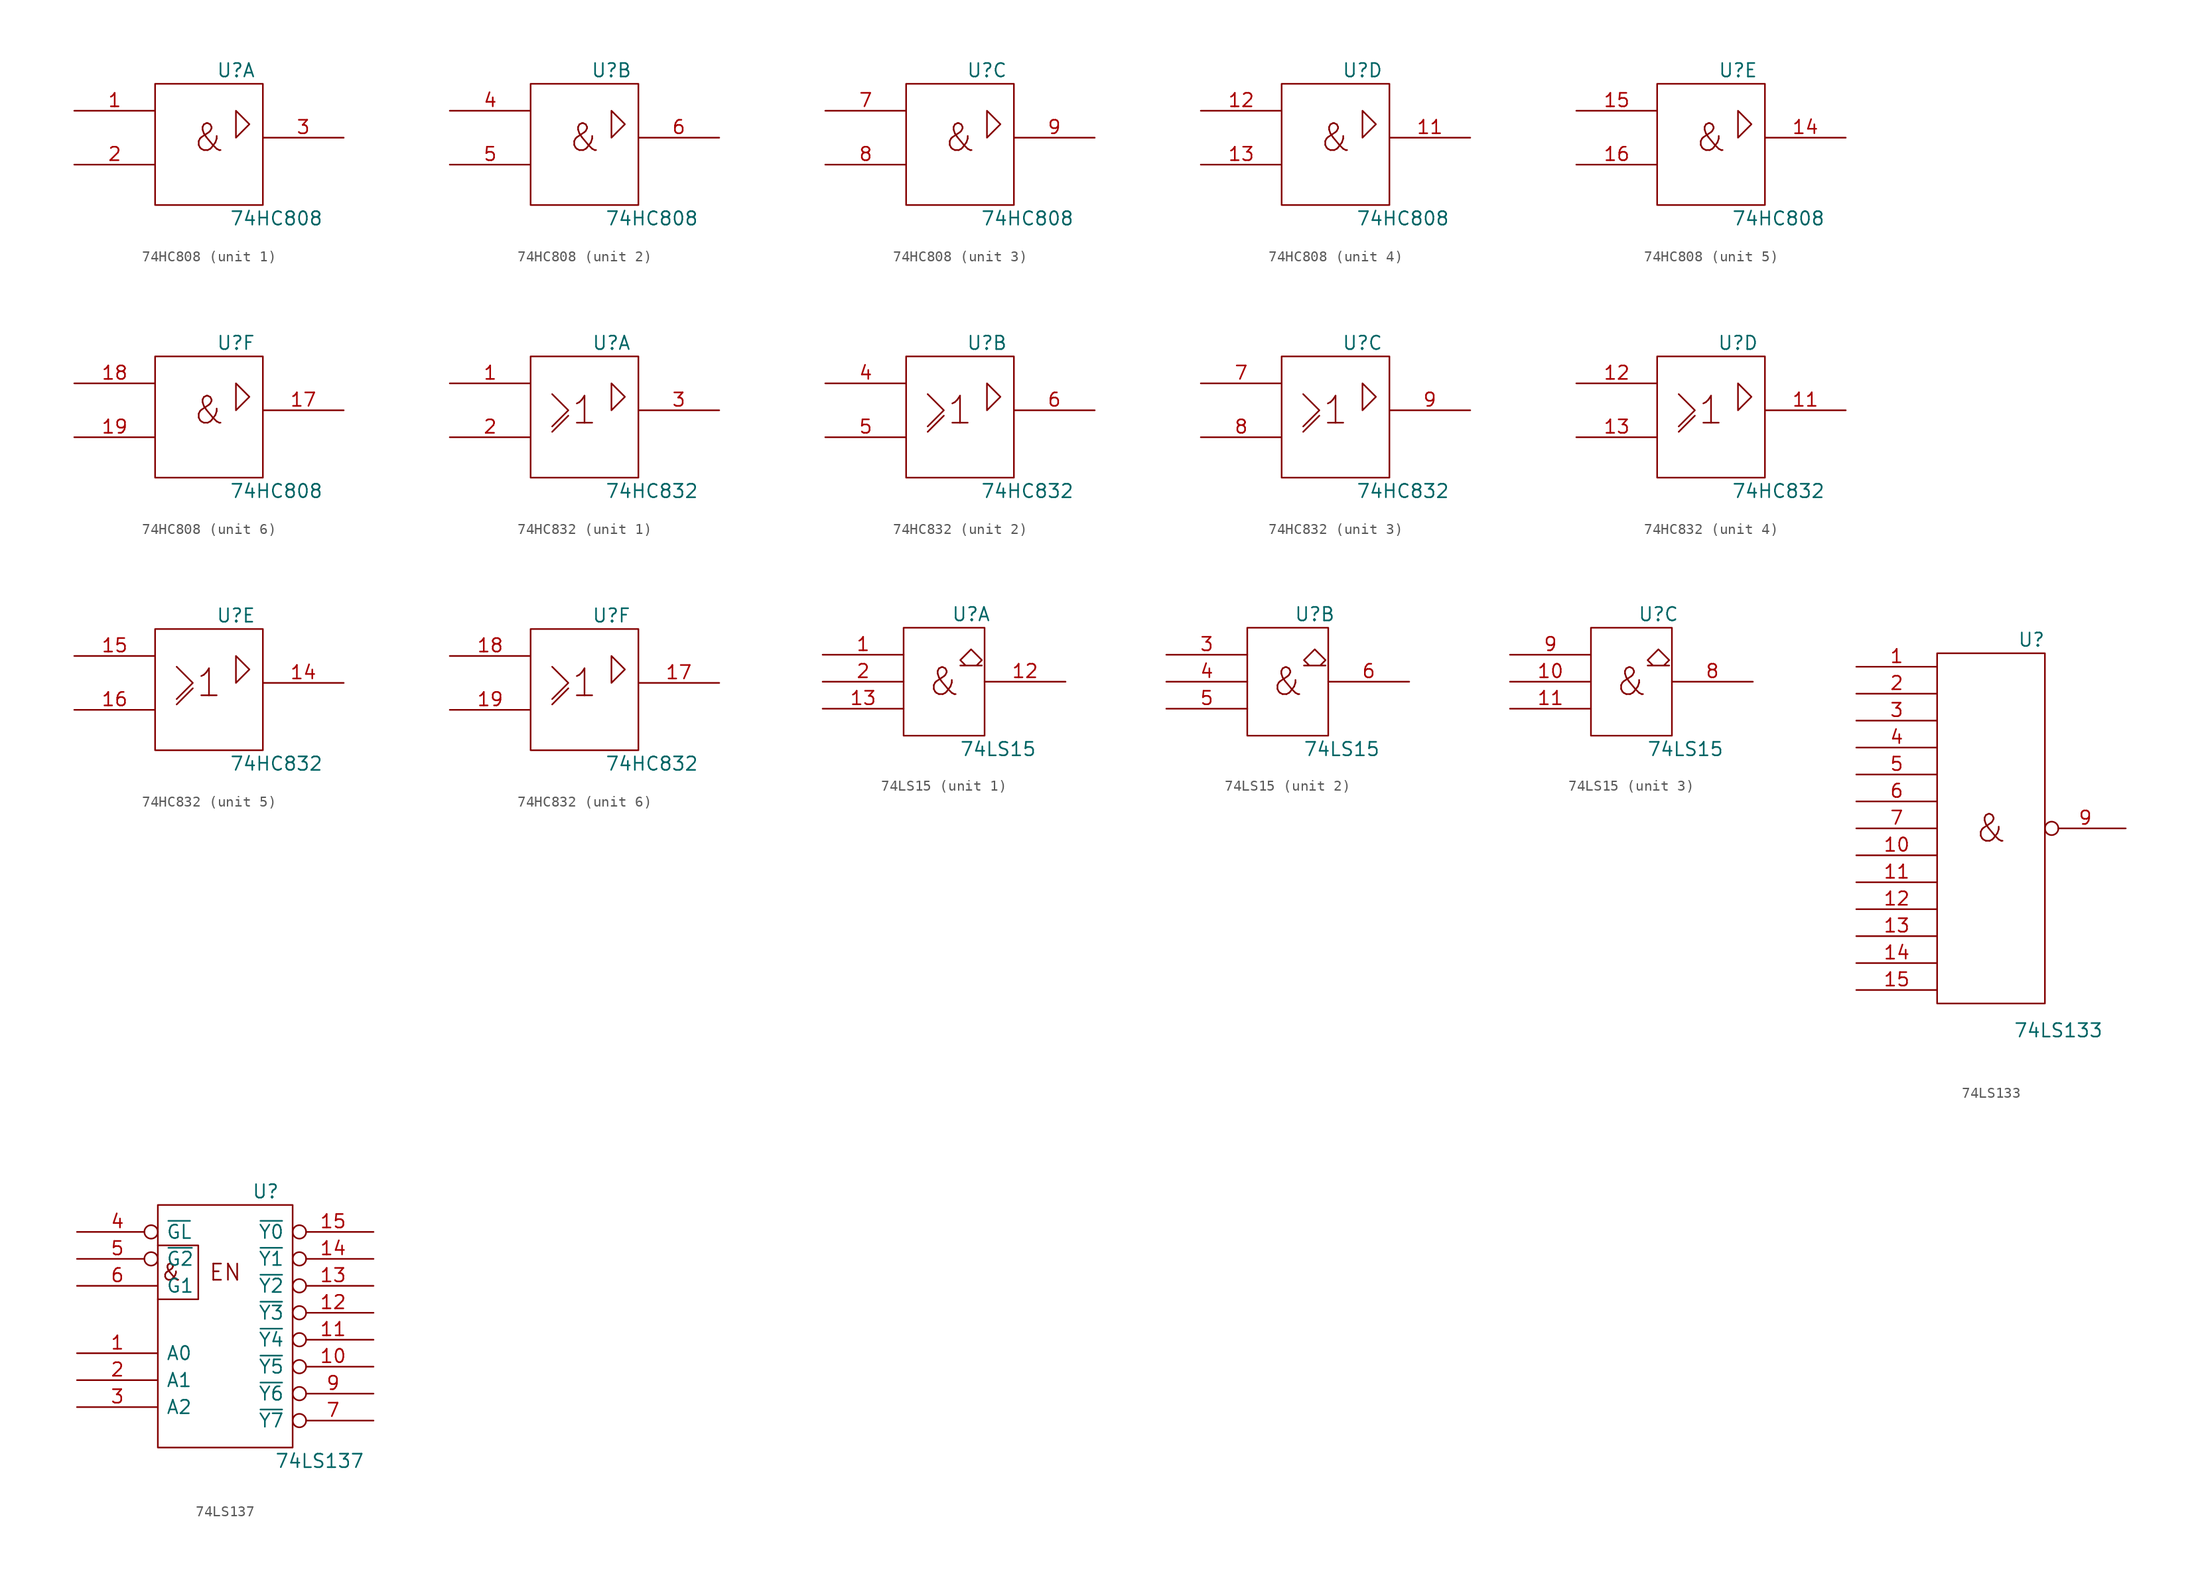
<source format=kicad_sym>
(kicad_symbol_lib
  (version 20201005)
  (generator kicad_symbol_editor)
  (symbol "74HC808"
    (pin_names
      (offset 0.762))
    (property "Reference" "U"
      (at 2.54 6.35 0)
      (effects (font (size 1.27 1.27))))
    (property "Value" "74HC808"
      (at 6.35 -7.62 0)
      (effects (font (size 1.27 1.27))))
    (symbol "74HC808_0_1"
      (text "&" (at 0 0 0) (effects (font (size 2.54 2.54))))
      (rectangle (start -5.08 5.08) (end 5.08 -6.35) (stroke (width 0)) (fill (type none)))
      (polyline (pts (xy 2.54 0) (xy 2.54 2.54) (xy 3.81 1.27) (xy 2.54 0) (xy 2.54 0)) (stroke (width 0)) (fill (type none)))
      (pin power_in line (at 0 5.08 270) (length 0) hide (name "Vcc" (effects (font (size 1.27 1.27)))) (number "20" (effects (font (size 1.27 1.27)))))
      (pin power_in line (at 0 -6.35 90) (length 0) hide (name "Gnd" (effects (font (size 1.27 1.27)))) (number "10" (effects (font (size 1.27 1.27))))))
    (symbol "74HC808_1_1"
      (pin output line (at 12.7 0 180) (length 7.62) (name "~" (effects (font (size 1.27 1.27)))) (number "3" (effects (font (size 1.27 1.27)))))
      (pin input line (at -12.7 -2.54 0) (length 7.62) (name "~" (effects (font (size 1.27 1.27)))) (number "2" (effects (font (size 1.27 1.27)))))
      (pin input line (at -12.7 2.54 0) (length 7.62) (name "~" (effects (font (size 1.27 1.27)))) (number "1" (effects (font (size 1.27 1.27))))))
    (symbol "74HC808_2_1"
      (pin output line (at 12.7 0 180) (length 7.62) (name "~" (effects (font (size 1.27 1.27)))) (number "6" (effects (font (size 1.27 1.27)))))
      (pin input line (at -12.7 -2.54 0) (length 7.62) (name "~" (effects (font (size 1.27 1.27)))) (number "5" (effects (font (size 1.27 1.27)))))
      (pin input line (at -12.7 2.54 0) (length 7.62) (name "~" (effects (font (size 1.27 1.27)))) (number "4" (effects (font (size 1.27 1.27))))))
    (symbol "74HC808_3_1"
      (pin output line (at 12.7 0 180) (length 7.62) (name "~" (effects (font (size 1.27 1.27)))) (number "9" (effects (font (size 1.27 1.27)))))
      (pin input line (at -12.7 -2.54 0) (length 7.62) (name "~" (effects (font (size 1.27 1.27)))) (number "8" (effects (font (size 1.27 1.27)))))
      (pin input line (at -12.7 2.54 0) (length 7.62) (name "~" (effects (font (size 1.27 1.27)))) (number "7" (effects (font (size 1.27 1.27))))))
    (symbol "74HC808_4_1"
      (pin output line (at 12.7 0 180) (length 7.62) (name "~" (effects (font (size 1.27 1.27)))) (number "11" (effects (font (size 1.27 1.27)))))
      (pin input line (at -12.7 -2.54 0) (length 7.62) (name "~" (effects (font (size 1.27 1.27)))) (number "13" (effects (font (size 1.27 1.27)))))
      (pin input line (at -12.7 2.54 0) (length 7.62) (name "~" (effects (font (size 1.27 1.27)))) (number "12" (effects (font (size 1.27 1.27))))))
    (symbol "74HC808_5_1"
      (pin output line (at 12.7 0 180) (length 7.62) (name "~" (effects (font (size 1.27 1.27)))) (number "14" (effects (font (size 1.27 1.27)))))
      (pin input line (at -12.7 -2.54 0) (length 7.62) (name "~" (effects (font (size 1.27 1.27)))) (number "16" (effects (font (size 1.27 1.27)))))
      (pin input line (at -12.7 2.54 0) (length 7.62) (name "~" (effects (font (size 1.27 1.27)))) (number "15" (effects (font (size 1.27 1.27))))))
    (symbol "74HC808_6_1"
      (pin output line (at 12.7 0 180) (length 7.62) (name "~" (effects (font (size 1.27 1.27)))) (number "17" (effects (font (size 1.27 1.27)))))
      (pin input line (at -12.7 -2.54 0) (length 7.62) (name "~" (effects (font (size 1.27 1.27)))) (number "19" (effects (font (size 1.27 1.27)))))
      (pin input line (at -12.7 2.54 0) (length 7.62) (name "~" (effects (font (size 1.27 1.27)))) (number "18" (effects (font (size 1.27 1.27)))))))
  (symbol "74HC832"
    (pin_names
      (offset 0.762))
    (property "Reference" "U"
      (at 2.54 6.35 0)
      (effects (font (size 1.27 1.27))))
    (property "Value" "74HC832"
      (at 6.35 -7.62 0)
      (effects (font (size 1.27 1.27))))
    (symbol "74HC832_0_1"
      (text "1" (at 0 0 0) (effects (font (size 2.54 2.54))))
      (rectangle (start -5.08 5.08) (end 5.08 -6.35) (stroke (width 0)) (fill (type none)))
      (polyline (pts (xy -3.048 -2.032) (xy -1.524 -0.508) (xy -1.524 -0.508)) (stroke (width 0)) (fill (type none)))
      (polyline (pts (xy -3.048 1.524) (xy -1.524 0) (xy -3.048 -1.524) (xy -3.048 -1.524)) (stroke (width 0)) (fill (type none)))
      (polyline (pts (xy 2.54 0) (xy 2.54 2.54) (xy 3.81 1.27) (xy 2.54 0) (xy 2.54 0)) (stroke (width 0)) (fill (type none)))
      (pin power_in line (at 0 5.08 270) (length 0) hide (name "Vcc" (effects (font (size 1.27 1.27)))) (number "20" (effects (font (size 1.27 1.27)))))
      (pin power_in line (at 0 -6.35 90) (length 0) hide (name "Gnd" (effects (font (size 1.27 1.27)))) (number "10" (effects (font (size 1.27 1.27))))))
    (symbol "74HC832_1_1"
      (pin output line (at 12.7 0 180) (length 7.62) (name "~" (effects (font (size 1.27 1.27)))) (number "3" (effects (font (size 1.27 1.27)))))
      (pin input line (at -12.7 -2.54 0) (length 7.62) (name "~" (effects (font (size 1.27 1.27)))) (number "2" (effects (font (size 1.27 1.27)))))
      (pin input line (at -12.7 2.54 0) (length 7.62) (name "~" (effects (font (size 1.27 1.27)))) (number "1" (effects (font (size 1.27 1.27))))))
    (symbol "74HC832_2_1"
      (pin output line (at 12.7 0 180) (length 7.62) (name "~" (effects (font (size 1.27 1.27)))) (number "6" (effects (font (size 1.27 1.27)))))
      (pin input line (at -12.7 -2.54 0) (length 7.62) (name "~" (effects (font (size 1.27 1.27)))) (number "5" (effects (font (size 1.27 1.27)))))
      (pin input line (at -12.7 2.54 0) (length 7.62) (name "~" (effects (font (size 1.27 1.27)))) (number "4" (effects (font (size 1.27 1.27))))))
    (symbol "74HC832_3_1"
      (pin output line (at 12.7 0 180) (length 7.62) (name "~" (effects (font (size 1.27 1.27)))) (number "9" (effects (font (size 1.27 1.27)))))
      (pin input line (at -12.7 -2.54 0) (length 7.62) (name "~" (effects (font (size 1.27 1.27)))) (number "8" (effects (font (size 1.27 1.27)))))
      (pin input line (at -12.7 2.54 0) (length 7.62) (name "~" (effects (font (size 1.27 1.27)))) (number "7" (effects (font (size 1.27 1.27))))))
    (symbol "74HC832_4_1"
      (pin output line (at 12.7 0 180) (length 7.62) (name "~" (effects (font (size 1.27 1.27)))) (number "11" (effects (font (size 1.27 1.27)))))
      (pin input line (at -12.7 -2.54 0) (length 7.62) (name "~" (effects (font (size 1.27 1.27)))) (number "13" (effects (font (size 1.27 1.27)))))
      (pin input line (at -12.7 2.54 0) (length 7.62) (name "~" (effects (font (size 1.27 1.27)))) (number "12" (effects (font (size 1.27 1.27))))))
    (symbol "74HC832_5_1"
      (pin output line (at 12.7 0 180) (length 7.62) (name "~" (effects (font (size 1.27 1.27)))) (number "14" (effects (font (size 1.27 1.27)))))
      (pin input line (at -12.7 -2.54 0) (length 7.62) (name "~" (effects (font (size 1.27 1.27)))) (number "16" (effects (font (size 1.27 1.27)))))
      (pin input line (at -12.7 2.54 0) (length 7.62) (name "~" (effects (font (size 1.27 1.27)))) (number "15" (effects (font (size 1.27 1.27))))))
    (symbol "74HC832_6_1"
      (pin output line (at 12.7 0 180) (length 7.62) (name "~" (effects (font (size 1.27 1.27)))) (number "17" (effects (font (size 1.27 1.27)))))
      (pin input line (at -12.7 -2.54 0) (length 7.62) (name "~" (effects (font (size 1.27 1.27)))) (number "19" (effects (font (size 1.27 1.27)))))
      (pin input line (at -12.7 2.54 0) (length 7.62) (name "~" (effects (font (size 1.27 1.27)))) (number "18" (effects (font (size 1.27 1.27)))))))
  (symbol "74LS15"
    (pin_names
      (offset 0.762))
    (property "Reference" "U"
      (at 2.54 6.35 0)
      (effects (font (size 1.27 1.27))))
    (property "Value" "74LS15"
      (at 5.08 -6.35 0)
      (effects (font (size 1.27 1.27))))
    (symbol "74LS15_0_0"
      (text "&" (at 0 0 0) (effects (font (size 2.54 2.54))))
      (polyline (pts (xy 2.032 1.524) (xy 1.524 2.032) (xy 2.54 3.048) (xy 3.556 2.032) (xy 3.048 1.524) (xy 3.556 1.524) (xy 1.524 1.524) (xy 1.524 1.524)) (stroke (width 0)) (fill (type none))))
    (symbol "74LS15_0_1"
      (rectangle (start -3.81 5.08) (end 3.81 -5.08) (stroke (width 0)) (fill (type none)))
      (pin power_in line (at 0 5.08 270) (length 0) hide (name "Vcc" (effects (font (size 1.27 1.27)))) (number "14" (effects (font (size 1.27 1.27)))))
      (pin power_in line (at 0 -5.08 90) (length 0) hide (name "Gnd" (effects (font (size 1.27 1.27)))) (number "7" (effects (font (size 1.27 1.27))))))
    (symbol "74LS15_1_1"
      (pin output line (at 11.43 0 180) (length 7.62) (name "~" (effects (font (size 1.27 1.27)))) (number "12" (effects (font (size 1.27 1.27)))))
      (pin input line (at -11.43 -2.54 0) (length 7.62) (name "~" (effects (font (size 1.27 1.27)))) (number "13" (effects (font (size 1.27 1.27)))))
      (pin input line (at -11.43 0 0) (length 7.62) (name "~" (effects (font (size 1.27 1.27)))) (number "2" (effects (font (size 1.27 1.27)))))
      (pin input line (at -11.43 2.54 0) (length 7.62) (name "~" (effects (font (size 1.27 1.27)))) (number "1" (effects (font (size 1.27 1.27))))))
    (symbol "74LS15_2_1"
      (pin output line (at 11.43 0 180) (length 7.62) (name "~" (effects (font (size 1.27 1.27)))) (number "6" (effects (font (size 1.27 1.27)))))
      (pin input line (at -11.43 -2.54 0) (length 7.62) (name "~" (effects (font (size 1.27 1.27)))) (number "5" (effects (font (size 1.27 1.27)))))
      (pin input line (at -11.43 0 0) (length 7.62) (name "~" (effects (font (size 1.27 1.27)))) (number "4" (effects (font (size 1.27 1.27)))))
      (pin input line (at -11.43 2.54 0) (length 7.62) (name "~" (effects (font (size 1.27 1.27)))) (number "3" (effects (font (size 1.27 1.27))))))
    (symbol "74LS15_3_1"
      (pin output line (at 11.43 0 180) (length 7.62) (name "~" (effects (font (size 1.27 1.27)))) (number "8" (effects (font (size 1.27 1.27)))))
      (pin input line (at -11.43 -2.54 0) (length 7.62) (name "~" (effects (font (size 1.27 1.27)))) (number "11" (effects (font (size 1.27 1.27)))))
      (pin input line (at -11.43 0 0) (length 7.62) (name "~" (effects (font (size 1.27 1.27)))) (number "10" (effects (font (size 1.27 1.27)))))
      (pin input line (at -11.43 2.54 0) (length 7.62) (name "~" (effects (font (size 1.27 1.27)))) (number "9" (effects (font (size 1.27 1.27)))))))
  (symbol "74LS133"
    (pin_names
      (offset 0.762))
    (property "Reference" "U"
      (at 3.81 17.78 0)
      (effects (font (size 1.27 1.27))))
    (property "Value" "74LS133"
      (at 6.35 -19.05 0)
      (effects (font (size 1.27 1.27))))
    (symbol "74LS133_0_0"
      (text "&" (at 0 0 0) (effects (font (size 2.54 2.54)))))
    (symbol "74LS133_0_1"
      (rectangle (start -5.08 16.51) (end 5.08 -16.51) (stroke (width 0)) (fill (type none)))
      (pin power_in line (at 0 16.51 270) (length 0) hide (name "Vcc" (effects (font (size 1.27 1.27)))) (number "16" (effects (font (size 1.27 1.27)))))
      (pin power_in line (at 0 -16.51 90) (length 0) hide (name "Gnd" (effects (font (size 1.27 1.27)))) (number "8" (effects (font (size 1.27 1.27))))))
    (symbol "74LS133_1_1"
      (pin output inverted (at 12.7 0 180) (length 7.62) (name "~" (effects (font (size 1.27 1.27)))) (number "9" (effects (font (size 1.27 1.27)))))
      (pin input line (at -12.7 -15.24 0) (length 7.62) (name "~" (effects (font (size 1.27 1.27)))) (number "15" (effects (font (size 1.27 1.27)))))
      (pin input line (at -12.7 -12.7 0) (length 7.62) (name "~" (effects (font (size 1.27 1.27)))) (number "14" (effects (font (size 1.27 1.27)))))
      (pin input line (at -12.7 -10.16 0) (length 7.62) (name "~" (effects (font (size 1.27 1.27)))) (number "13" (effects (font (size 1.27 1.27)))))
      (pin input line (at -12.7 -7.62 0) (length 7.62) (name "~" (effects (font (size 1.27 1.27)))) (number "12" (effects (font (size 1.27 1.27)))))
      (pin input line (at -12.7 -5.08 0) (length 7.62) (name "~" (effects (font (size 1.27 1.27)))) (number "11" (effects (font (size 1.27 1.27)))))
      (pin input line (at -12.7 -2.54 0) (length 7.62) (name "~" (effects (font (size 1.27 1.27)))) (number "10" (effects (font (size 1.27 1.27)))))
      (pin input line (at -12.7 0 0) (length 7.62) (name "~" (effects (font (size 1.27 1.27)))) (number "7" (effects (font (size 1.27 1.27)))))
      (pin input line (at -12.7 2.54 0) (length 7.62) (name "~" (effects (font (size 1.27 1.27)))) (number "6" (effects (font (size 1.27 1.27)))))
      (pin input line (at -12.7 5.08 0) (length 7.62) (name "~" (effects (font (size 1.27 1.27)))) (number "5" (effects (font (size 1.27 1.27)))))
      (pin input line (at -12.7 7.62 0) (length 7.62) (name "~" (effects (font (size 1.27 1.27)))) (number "4" (effects (font (size 1.27 1.27)))))
      (pin input line (at -12.7 10.16 0) (length 7.62) (name "~" (effects (font (size 1.27 1.27)))) (number "3" (effects (font (size 1.27 1.27)))))
      (pin input line (at -12.7 12.7 0) (length 7.62) (name "~" (effects (font (size 1.27 1.27)))) (number "2" (effects (font (size 1.27 1.27)))))
      (pin input line (at -12.7 15.24 0) (length 7.62) (name "~" (effects (font (size 1.27 1.27)))) (number "1" (effects (font (size 1.27 1.27)))))))
  (symbol "74LS137"
    (pin_names
      (offset 0.762))
    (property "Reference" "U"
      (at 3.81 8.89 0)
      (effects (font (size 1.27 1.27))))
    (property "Value" "74LS137"
      (at 8.89 -16.51 0)
      (effects (font (size 1.27 1.27))))
    (symbol "74LS137_0_0"
      (text "&" (at -5.08 1.27 0) (effects (font (size 1.524 1.524))))
      (text "EN" (at 0 1.27 0) (effects (font (size 1.524 1.524))))
      (polyline (pts (xy -6.35 3.81) (xy -2.54 3.81) (xy -2.54 -1.27) (xy -6.35 -1.27) (xy -6.35 -1.27)) (stroke (width 0)) (fill (type none)))
      (pin power_in line (at 0 7.62 270) (length 0) hide (name "VCC" (effects (font (size 1.27 1.27)))) (number "16" (effects (font (size 1.27 1.27))))))
    (symbol "74LS137_0_1"
      (rectangle (start -6.35 7.62) (end 6.35 -15.24) (stroke (width 0)) (fill (type none))))
    (symbol "74LS137_1_1"
      (pin output inverted (at 13.97 -12.7 180) (length 7.62) (name "~Y7" (effects (font (size 1.27 1.27)))) (number "7" (effects (font (size 1.27 1.27)))))
      (pin output inverted (at 13.97 -10.16 180) (length 7.62) (name "~Y6" (effects (font (size 1.27 1.27)))) (number "9" (effects (font (size 1.27 1.27)))))
      (pin output inverted (at 13.97 -7.62 180) (length 7.62) (name "~Y5" (effects (font (size 1.27 1.27)))) (number "10" (effects (font (size 1.27 1.27)))))
      (pin output inverted (at 13.97 -5.08 180) (length 7.62) (name "~Y4" (effects (font (size 1.27 1.27)))) (number "11" (effects (font (size 1.27 1.27)))))
      (pin output inverted (at 13.97 -2.54 180) (length 7.62) (name "~Y3" (effects (font (size 1.27 1.27)))) (number "12" (effects (font (size 1.27 1.27)))))
      (pin output inverted (at 13.97 0 180) (length 7.62) (name "~Y2" (effects (font (size 1.27 1.27)))) (number "13" (effects (font (size 1.27 1.27)))))
      (pin output inverted (at 13.97 2.54 180) (length 7.62) (name "~Y1" (effects (font (size 1.27 1.27)))) (number "14" (effects (font (size 1.27 1.27)))))
      (pin output inverted (at 13.97 5.08 180) (length 7.62) (name "~Y0" (effects (font (size 1.27 1.27)))) (number "15" (effects (font (size 1.27 1.27)))))
      (pin input line (at -13.97 -11.43 0) (length 7.62) (name "A2" (effects (font (size 1.27 1.27)))) (number "3" (effects (font (size 1.27 1.27)))))
      (pin input line (at -13.97 -8.89 0) (length 7.62) (name "A1" (effects (font (size 1.27 1.27)))) (number "2" (effects (font (size 1.27 1.27)))))
      (pin input line (at -13.97 -6.35 0) (length 7.62) (name "A0" (effects (font (size 1.27 1.27)))) (number "1" (effects (font (size 1.27 1.27)))))
      (pin input line (at -13.97 0 0) (length 7.62) (name "G1" (effects (font (size 1.27 1.27)))) (number "6" (effects (font (size 1.27 1.27)))))
      (pin input inverted (at -13.97 2.54 0) (length 7.62) (name "~G2" (effects (font (size 1.27 1.27)))) (number "5" (effects (font (size 1.27 1.27)))))
      (pin input inverted (at -13.97 5.08 0) (length 7.62) (name "~GL" (effects (font (size 1.27 1.27)))) (number "4" (effects (font (size 1.27 1.27)))))
      (pin power_in line (at 0 -15.24 90) (length 0) hide (name "GND" (effects (font (size 1.27 1.27)))) (number "8" (effects (font (size 1.27 1.27))))))))
</source>
